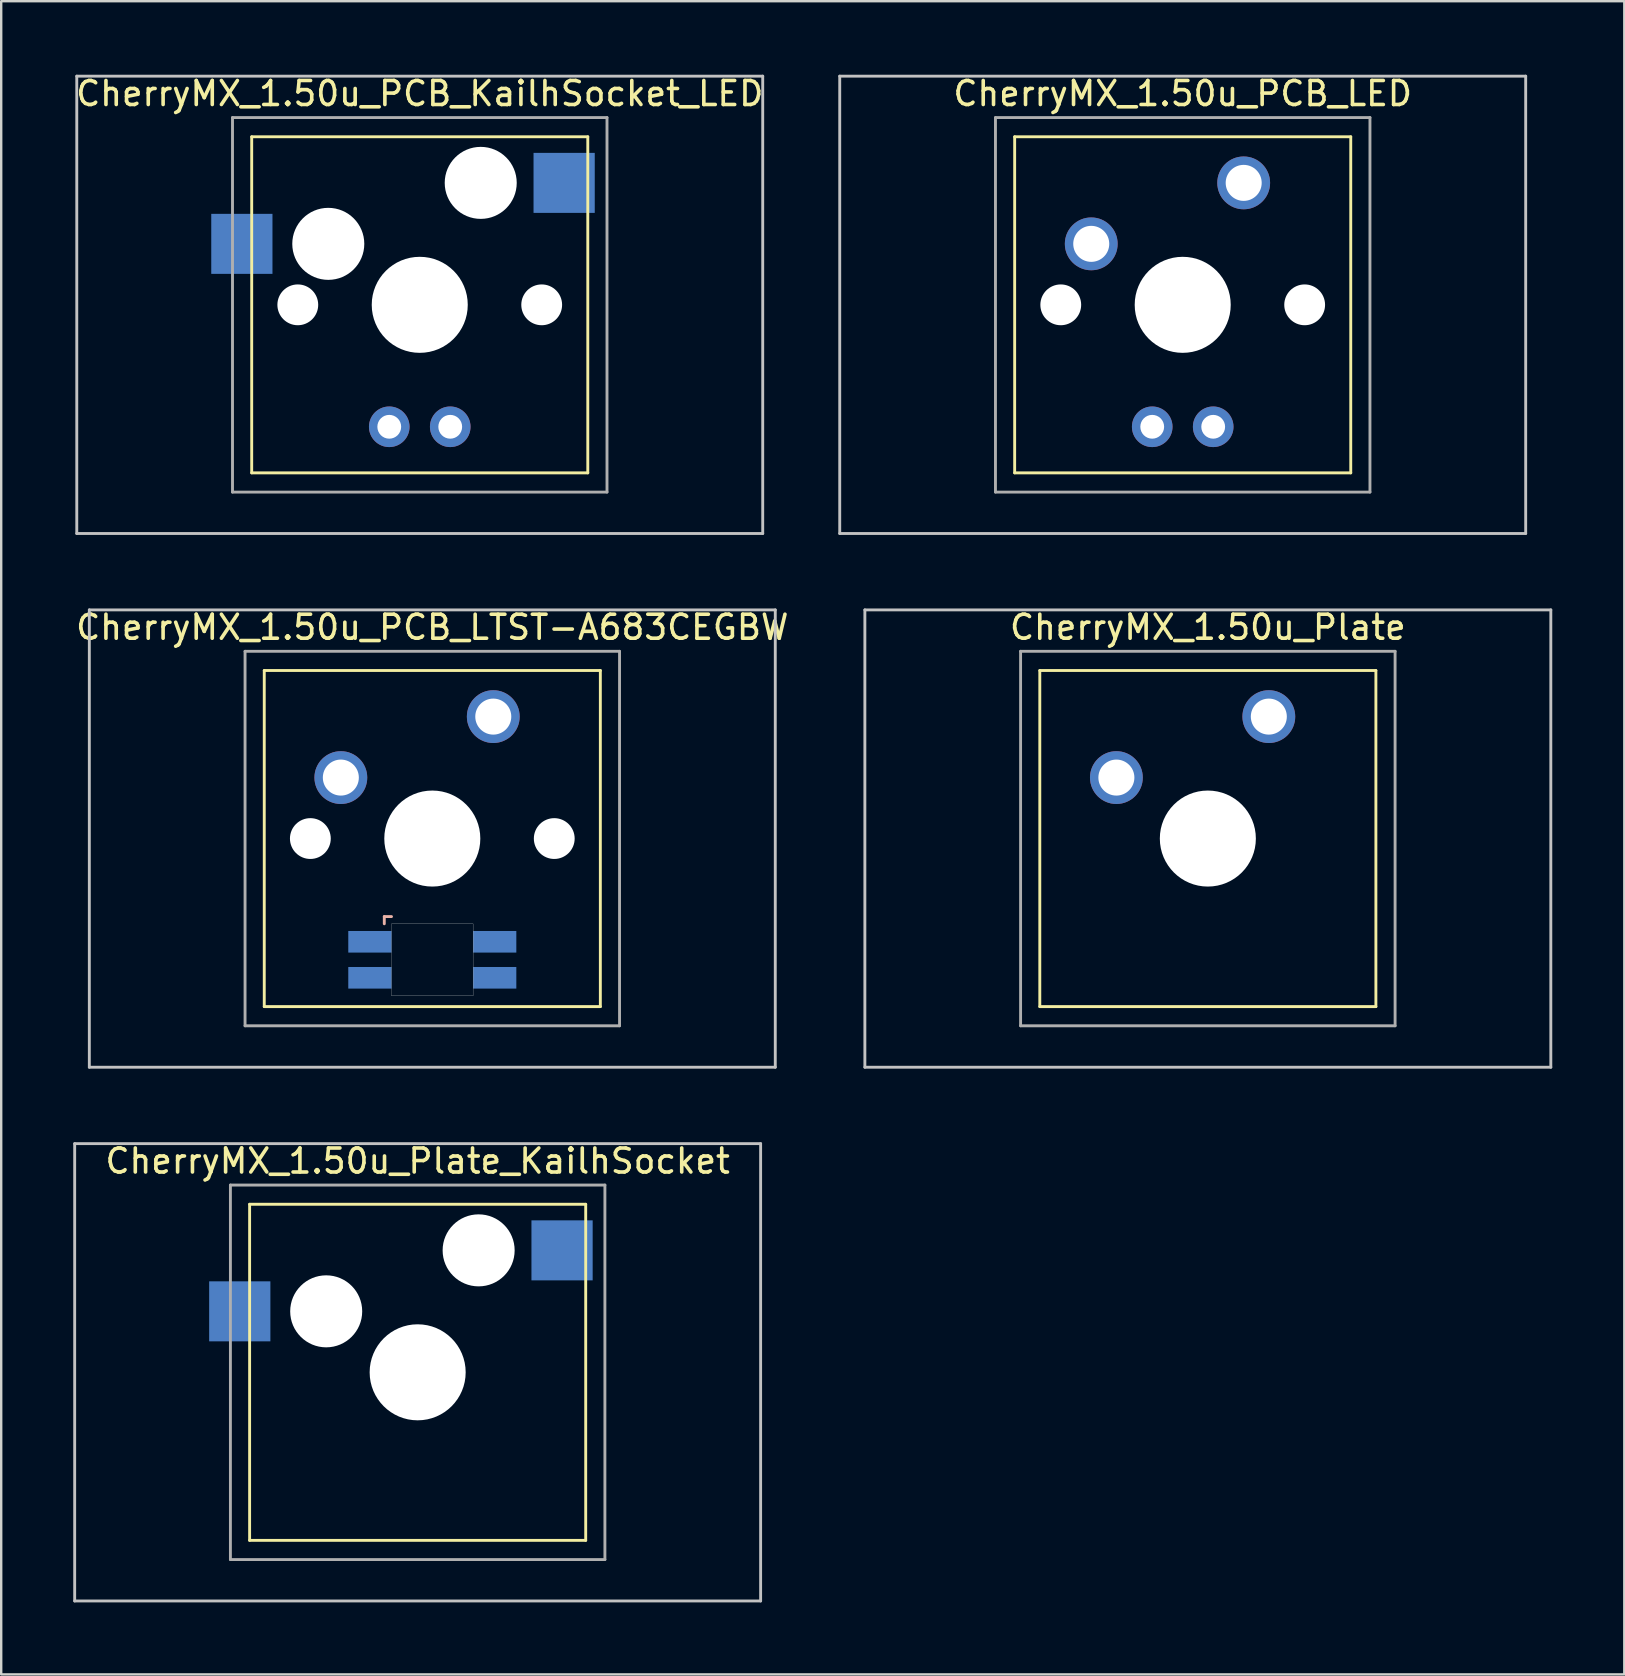
<source format=kicad_pcb>
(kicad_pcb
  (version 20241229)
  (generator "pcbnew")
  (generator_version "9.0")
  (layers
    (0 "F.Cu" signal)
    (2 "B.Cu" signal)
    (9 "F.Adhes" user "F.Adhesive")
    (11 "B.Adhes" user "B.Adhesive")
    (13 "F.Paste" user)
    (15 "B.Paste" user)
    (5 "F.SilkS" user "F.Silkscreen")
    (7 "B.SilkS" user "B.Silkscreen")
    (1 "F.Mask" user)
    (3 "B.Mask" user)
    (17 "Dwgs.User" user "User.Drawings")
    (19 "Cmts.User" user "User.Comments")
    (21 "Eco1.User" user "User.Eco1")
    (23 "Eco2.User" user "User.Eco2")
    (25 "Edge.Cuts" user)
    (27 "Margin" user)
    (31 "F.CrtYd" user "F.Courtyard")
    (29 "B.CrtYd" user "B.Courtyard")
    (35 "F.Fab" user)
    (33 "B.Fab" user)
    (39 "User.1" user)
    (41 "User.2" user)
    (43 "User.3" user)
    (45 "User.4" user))
  (footprint "CherryMX_1.50u_Plate"
    (layer "F.Cu")
    (at 47.264 31.881)
    (property "Reference" "CherryMX_1.50u_Plate" (at 0 -8.8 0) (layer "F.SilkS") (effects (font (size 1 1) (thickness 0.15))))
    (attr through_hole)
    (fp_line (start -7 -7) (end -7 7) (stroke (width 0.12) (type solid)) (layer "F.SilkS"))
    (fp_line (start -7 -7) (end 7 -7) (stroke (width 0.12) (type solid)) (layer "F.SilkS"))
    (fp_line (start 7 -7) (end 7 7) (stroke (width 0.12) (type solid)) (layer "F.SilkS"))
    (fp_line (start 7 7) (end -7 7) (stroke (width 0.12) (type solid)) (layer "F.SilkS"))
    (fp_line (start -14.287 -9.525) (end 14.287 -9.525) (stroke (width 0.12) (type solid)) (layer "Dwgs.User"))
    (fp_line (start -14.287 9.525) (end -14.287 -9.525) (stroke (width 0.12) (type solid)) (layer "Dwgs.User"))
    (fp_line (start 14.287 -9.525) (end 14.287 9.525) (stroke (width 0.12) (type solid)) (layer "Dwgs.User"))
    (fp_line (start 14.287 9.525) (end -14.287 9.525) (stroke (width 0.12) (type solid)) (layer "Dwgs.User"))
    (fp_line (start -7.8 -7.8) (end -7.8 7.8) (stroke (width 0.12) (type solid)) (layer "F.Fab"))
    (fp_line (start -7.8 -7.8) (end 7.8 -7.8) (stroke (width 0.12) (type solid)) (layer "F.Fab"))
    (fp_line (start -7.8 7.8) (end 7.8 7.8) (stroke (width 0.12) (type solid)) (layer "F.Fab"))
    (fp_line (start 7.8 -7.8) (end 7.8 7.8) (stroke (width 0.12) (type solid)) (layer "F.Fab"))
    (pad "" np_thru_hole circle (at 0 0) (size 4 4) (drill 4) (layers "*.Cu" "*.Mask"))
    (pad "1" thru_hole circle (at -3.81 -2.54) (size 2.2 2.2) (drill 1.5) (layers "*.Cu" "*.Mask"))
    (pad "2" thru_hole circle (at 2.54 -5.08) (size 2.2 2.2) (drill 1.5) (layers "*.Cu" "*.Mask")))
  (footprint "CherryMX_1.50u_Plate_KailhSocket"
    (layer "F.Cu")
    (at 14.348 54.115)
    (property "Reference" "CherryMX_1.50u_Plate_KailhSocket" (at 0 -8.8 0) (layer "F.SilkS") (effects (font (size 1 1) (thickness 0.15))))
    (attr through_hole)
    (fp_line (start -7 -7) (end -7 7) (stroke (width 0.12) (type solid)) (layer "F.SilkS"))
    (fp_line (start -7 -7) (end 7 -7) (stroke (width 0.12) (type solid)) (layer "F.SilkS"))
    (fp_line (start 7 -7) (end 7 7) (stroke (width 0.12) (type solid)) (layer "F.SilkS"))
    (fp_line (start 7 7) (end -7 7) (stroke (width 0.12) (type solid)) (layer "F.SilkS"))
    (fp_line (start -14.287 -9.525) (end 14.287 -9.525) (stroke (width 0.12) (type solid)) (layer "Dwgs.User"))
    (fp_line (start -14.287 9.525) (end -14.287 -9.525) (stroke (width 0.12) (type solid)) (layer "Dwgs.User"))
    (fp_line (start 14.287 -9.525) (end 14.287 9.525) (stroke (width 0.12) (type solid)) (layer "Dwgs.User"))
    (fp_line (start 14.287 9.525) (end -14.287 9.525) (stroke (width 0.12) (type solid)) (layer "Dwgs.User"))
    (fp_line (start -7.8 -7.8) (end -7.8 7.8) (stroke (width 0.12) (type solid)) (layer "F.Fab"))
    (fp_line (start -7.8 -7.8) (end 7.8 -7.8) (stroke (width 0.12) (type solid)) (layer "F.Fab"))
    (fp_line (start -7.8 7.8) (end 7.8 7.8) (stroke (width 0.12) (type solid)) (layer "F.Fab"))
    (fp_line (start 7.8 -7.8) (end 7.8 7.8) (stroke (width 0.12) (type solid)) (layer "F.Fab"))
    (pad "" np_thru_hole circle (at -3.81 -2.54) (size 3 3) (drill 3) (layers "*.Cu" "*.Mask"))
    (pad "" np_thru_hole circle (at 0 0) (size 4 4) (drill 4) (layers "*.Cu" "*.Mask"))
    (pad "" np_thru_hole circle (at 2.54 -5.08) (size 3 3) (drill 3) (layers "*.Cu" "*.Mask"))
    (pad "1" smd rect (at -7.41 -2.54) (size 2.55 2.5) (layers "B.Cu" "B.Mask" "B.Paste"))
    (pad "2" smd rect (at 6.015 -5.08) (size 2.55 2.5) (layers "B.Cu" "B.Mask" "B.Paste")))
  (footprint "CherryMX_1.50u_PCB_LED"
    (layer "F.Cu")
    (at 46.217 9.648)
    (property "Reference" "CherryMX_1.50u_PCB_LED" (at 0 -8.8 0) (layer "F.SilkS") (effects (font (size 1 1) (thickness 0.15))))
    (attr through_hole)
    (fp_line (start -7 -7) (end -7 7) (stroke (width 0.12) (type solid)) (layer "F.SilkS"))
    (fp_line (start -7 -7) (end 7 -7) (stroke (width 0.12) (type solid)) (layer "F.SilkS"))
    (fp_line (start 7 -7) (end 7 7) (stroke (width 0.12) (type solid)) (layer "F.SilkS"))
    (fp_line (start 7 7) (end -7 7) (stroke (width 0.12) (type solid)) (layer "F.SilkS"))
    (fp_line (start -14.287 -9.525) (end 14.287 -9.525) (stroke (width 0.12) (type solid)) (layer "Dwgs.User"))
    (fp_line (start -14.287 9.525) (end -14.287 -9.525) (stroke (width 0.12) (type solid)) (layer "Dwgs.User"))
    (fp_line (start 14.287 -9.525) (end 14.287 9.525) (stroke (width 0.12) (type solid)) (layer "Dwgs.User"))
    (fp_line (start 14.287 9.525) (end -14.287 9.525) (stroke (width 0.12) (type solid)) (layer "Dwgs.User"))
    (fp_line (start -7.8 -7.8) (end -7.8 7.8) (stroke (width 0.12) (type solid)) (layer "F.Fab"))
    (fp_line (start -7.8 -7.8) (end 7.8 -7.8) (stroke (width 0.12) (type solid)) (layer "F.Fab"))
    (fp_line (start -7.8 7.8) (end 7.8 7.8) (stroke (width 0.12) (type solid)) (layer "F.Fab"))
    (fp_line (start 7.8 -7.8) (end 7.8 7.8) (stroke (width 0.12) (type solid)) (layer "F.Fab"))
    (pad "" np_thru_hole circle (at -5.08 0) (size 1.7 1.7) (drill 1.7) (layers "*.Cu" "*.Mask"))
    (pad "" np_thru_hole circle (at 0 0) (size 4 4) (drill 4) (layers "*.Cu" "*.Mask"))
    (pad "" np_thru_hole circle (at 5.08 0) (size 1.7 1.7) (drill 1.7) (layers "*.Cu" "*.Mask"))
    (pad "1" thru_hole circle (at -3.81 -2.54) (size 2.2 2.2) (drill 1.5) (layers "*.Cu" "*.Mask"))
    (pad "2" thru_hole circle (at 2.54 -5.08) (size 2.2 2.2) (drill 1.5) (layers "*.Cu" "*.Mask"))
    (pad "3" thru_hole circle (at -1.27 5.08) (size 1.691 1.691) (drill 0.991) (layers "*.Cu" "*.Mask"))
    (pad "4" thru_hole circle (at 1.27 5.08) (size 1.691 1.691) (drill 0.991) (layers "*.Cu" "*.Mask")))
  (footprint "CherryMX_1.50u_PCB_LTST-A683CEGBW"
    (layer "F.Cu")
    (at 14.958 31.881)
    (property "Reference" "CherryMX_1.50u_PCB_LTST-A683CEGBW" (at 0 -8.8 0) (layer "F.SilkS") (effects (font (size 1 1) (thickness 0.15))))
    (attr through_hole)
    (fp_line (start -7 -7) (end -7 7) (stroke (width 0.12) (type solid)) (layer "F.SilkS"))
    (fp_line (start -7 -7) (end 7 -7) (stroke (width 0.12) (type solid)) (layer "F.SilkS"))
    (fp_line (start 7 -7) (end 7 7) (stroke (width 0.12) (type solid)) (layer "F.SilkS"))
    (fp_line (start 7 7) (end -7 7) (stroke (width 0.12) (type solid)) (layer "F.SilkS"))
    (fp_line (start -2 3.25) (end -2 3.55) (stroke (width 0.12) (type solid)) (layer "B.SilkS"))
    (fp_line (start -1.7 3.25) (end -2 3.25) (stroke (width 0.12) (type solid)) (layer "B.SilkS"))
    (fp_line (start -14.287 -9.525) (end 14.287 -9.525) (stroke (width 0.12) (type solid)) (layer "Dwgs.User"))
    (fp_line (start -14.287 9.525) (end -14.287 -9.525) (stroke (width 0.12) (type solid)) (layer "Dwgs.User"))
    (fp_line (start 14.287 -9.525) (end 14.287 9.525) (stroke (width 0.12) (type solid)) (layer "Dwgs.User"))
    (fp_line (start 14.287 9.525) (end -14.287 9.525) (stroke (width 0.12) (type solid)) (layer "Dwgs.User"))
    (fp_poly (pts (xy 1.7 6.55) (xy -1.7 6.55) (xy -1.7 3.55) (xy 1.7 3.55)) (stroke (width 0.01) (type solid)) (fill no) (layer "Edge.Cuts"))
    (fp_line (start -7.8 -7.8) (end -7.8 7.8) (stroke (width 0.12) (type solid)) (layer "F.Fab"))
    (fp_line (start -7.8 -7.8) (end 7.8 -7.8) (stroke (width 0.12) (type solid)) (layer "F.Fab"))
    (fp_line (start -7.8 7.8) (end 7.8 7.8) (stroke (width 0.12) (type solid)) (layer "F.Fab"))
    (fp_line (start 7.8 -7.8) (end 7.8 7.8) (stroke (width 0.12) (type solid)) (layer "F.Fab"))
    (pad "" np_thru_hole circle (at -5.08 0) (size 1.7 1.7) (drill 1.7) (layers "*.Cu" "*.Mask"))
    (pad "" np_thru_hole circle (at 0 0) (size 4 4) (drill 4) (layers "*.Cu" "*.Mask"))
    (pad "" np_thru_hole circle (at 5.08 0) (size 1.7 1.7) (drill 1.7) (layers "*.Cu" "*.Mask"))
    (pad "1" thru_hole circle (at -3.81 -2.54) (size 2.2 2.2) (drill 1.5) (layers "*.Cu" "*.Mask"))
    (pad "2" thru_hole circle (at 2.54 -5.08) (size 2.2 2.2) (drill 1.5) (layers "*.Cu" "*.Mask"))
    (pad "3" smd rect (at -2.6 4.3) (size 1.8 0.9) (layers "B.Cu" "B.Mask" "B.Paste"))
    (pad "4" smd rect (at -2.6 5.8) (size 1.8 0.9) (layers "B.Cu" "B.Mask" "B.Paste"))
    (pad "5" smd rect (at 2.6 4.3) (size 1.8 0.9) (layers "B.Cu" "B.Mask" "B.Paste"))
    (pad "6" smd rect (at 2.6 5.8) (size 1.8 0.9) (layers "B.Cu" "B.Mask" "B.Paste")))
  (footprint "CherryMX_1.50u_PCB_KailhSocket_LED"
    (layer "F.Cu")
    (at 14.435 9.648)
    (property "Reference" "CherryMX_1.50u_PCB_KailhSocket_LED" (at 0 -8.8 0) (layer "F.SilkS") (effects (font (size 1 1) (thickness 0.15))))
    (attr through_hole)
    (fp_line (start -7 -7) (end -7 7) (stroke (width 0.12) (type solid)) (layer "F.SilkS"))
    (fp_line (start -7 -7) (end 7 -7) (stroke (width 0.12) (type solid)) (layer "F.SilkS"))
    (fp_line (start 7 -7) (end 7 7) (stroke (width 0.12) (type solid)) (layer "F.SilkS"))
    (fp_line (start 7 7) (end -7 7) (stroke (width 0.12) (type solid)) (layer "F.SilkS"))
    (fp_line (start -14.287 -9.525) (end 14.287 -9.525) (stroke (width 0.12) (type solid)) (layer "Dwgs.User"))
    (fp_line (start -14.287 9.525) (end -14.287 -9.525) (stroke (width 0.12) (type solid)) (layer "Dwgs.User"))
    (fp_line (start 14.287 -9.525) (end 14.287 9.525) (stroke (width 0.12) (type solid)) (layer "Dwgs.User"))
    (fp_line (start 14.287 9.525) (end -14.287 9.525) (stroke (width 0.12) (type solid)) (layer "Dwgs.User"))
    (fp_line (start -7.8 -7.8) (end -7.8 7.8) (stroke (width 0.12) (type solid)) (layer "F.Fab"))
    (fp_line (start -7.8 -7.8) (end 7.8 -7.8) (stroke (width 0.12) (type solid)) (layer "F.Fab"))
    (fp_line (start -7.8 7.8) (end 7.8 7.8) (stroke (width 0.12) (type solid)) (layer "F.Fab"))
    (fp_line (start 7.8 -7.8) (end 7.8 7.8) (stroke (width 0.12) (type solid)) (layer "F.Fab"))
    (pad "" np_thru_hole circle (at -5.08 0) (size 1.7 1.7) (drill 1.7) (layers "*.Cu" "*.Mask"))
    (pad "" np_thru_hole circle (at -3.81 -2.54) (size 3 3) (drill 3) (layers "*.Cu" "*.Mask"))
    (pad "" np_thru_hole circle (at 0 0) (size 4 4) (drill 4) (layers "*.Cu" "*.Mask"))
    (pad "" np_thru_hole circle (at 2.54 -5.08) (size 3 3) (drill 3) (layers "*.Cu" "*.Mask"))
    (pad "" np_thru_hole circle (at 5.08 0) (size 1.7 1.7) (drill 1.7) (layers "*.Cu" "*.Mask"))
    (pad "1" smd rect (at -7.41 -2.54) (size 2.55 2.5) (layers "B.Cu" "B.Mask" "B.Paste"))
    (pad "2" smd rect (at 6.015 -5.08) (size 2.55 2.5) (layers "B.Cu" "B.Mask" "B.Paste"))
    (pad "3" thru_hole circle (at -1.27 5.08) (size 1.691 1.691) (drill 0.991) (layers "*.Cu" "*.Mask"))
    (pad "4" thru_hole circle (at 1.27 5.08) (size 1.691 1.691) (drill 0.991) (layers "*.Cu" "*.Mask")))
  (gr_rect
    (start -3 -3)
    (end 64.612 66.7)
    (stroke (width 0.1) (type default))
    (fill no)
    (layer "Edge.Cuts")))
</source>
